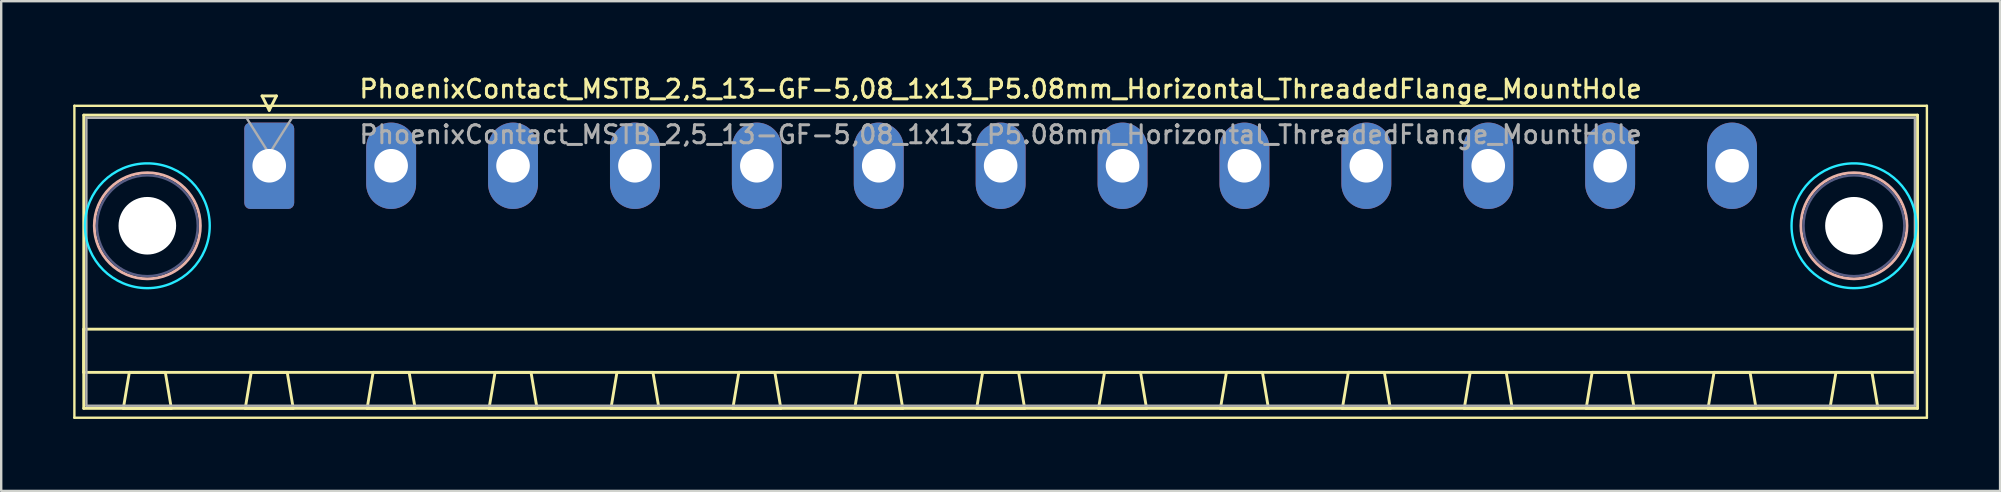
<source format=kicad_pcb>
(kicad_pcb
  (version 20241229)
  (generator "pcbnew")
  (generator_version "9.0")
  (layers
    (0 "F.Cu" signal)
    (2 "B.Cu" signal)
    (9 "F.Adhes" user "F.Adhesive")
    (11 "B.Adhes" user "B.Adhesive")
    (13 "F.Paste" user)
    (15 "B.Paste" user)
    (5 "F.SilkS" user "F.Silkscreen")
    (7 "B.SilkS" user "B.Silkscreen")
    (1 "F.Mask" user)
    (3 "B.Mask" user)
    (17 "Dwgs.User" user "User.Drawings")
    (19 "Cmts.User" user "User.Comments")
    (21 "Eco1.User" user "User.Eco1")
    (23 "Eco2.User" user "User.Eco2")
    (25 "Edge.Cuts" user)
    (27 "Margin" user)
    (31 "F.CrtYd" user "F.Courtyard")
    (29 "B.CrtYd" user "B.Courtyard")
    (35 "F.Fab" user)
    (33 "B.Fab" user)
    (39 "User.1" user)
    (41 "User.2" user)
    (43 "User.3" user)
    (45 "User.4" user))
  (footprint "PhoenixContact_MSTB_2,5_13-GF-5,08_1x13_P5.08mm_Horizontal_ThreadedFlange_MountHole"
    (layer "F.Cu")
    (at 8.17 3.858)
    (property "Reference" "PhoenixContact_MSTB_2,5_13-GF-5,08_1x13_P5.08mm_Horizontal_ThreadedFlange_MountHole" (at 30.48 -3.2 0) (layer "F.SilkS") (effects (font (size 0.75 0.75) (thickness 0.125))))
    (attr through_hole)
    (fp_line (start -8.12 -2.5) (end -8.12 10.5) (stroke (width 0.1) (type solid)) (layer "F.SilkS"))
    (fp_line (start -8.12 10.5) (end 69.08 10.5) (stroke (width 0.1) (type solid)) (layer "F.SilkS"))
    (fp_line (start -7.73 -2.11) (end -7.73 10.11) (stroke (width 0.12) (type solid)) (layer "F.SilkS"))
    (fp_line (start -7.73 6.81) (end 68.69 6.81) (stroke (width 0.12) (type solid)) (layer "F.SilkS"))
    (fp_line (start -7.73 8.61) (end -7.73 6.81) (stroke (width 0.12) (type solid)) (layer "F.SilkS"))
    (fp_line (start -7.73 10.11) (end 68.69 10.11) (stroke (width 0.12) (type solid)) (layer "F.SilkS"))
    (fp_line (start -6.08 10.11) (end -4.08 10.11) (stroke (width 0.12) (type solid)) (layer "F.SilkS"))
    (fp_line (start -5.83 8.61) (end -6.08 10.11) (stroke (width 0.12) (type solid)) (layer "F.SilkS"))
    (fp_line (start -4.33 8.61) (end -5.83 8.61) (stroke (width 0.12) (type solid)) (layer "F.SilkS"))
    (fp_line (start -4.08 10.11) (end -4.33 8.61) (stroke (width 0.12) (type solid)) (layer "F.SilkS"))
    (fp_line (start -1 10.11) (end 1 10.11) (stroke (width 0.12) (type solid)) (layer "F.SilkS"))
    (fp_line (start -0.75 8.61) (end -1 10.11) (stroke (width 0.12) (type solid)) (layer "F.SilkS"))
    (fp_line (start -0.3 -2.91) (end 0.3 -2.91) (stroke (width 0.12) (type solid)) (layer "F.SilkS"))
    (fp_line (start 0 -2.31) (end -0.3 -2.91) (stroke (width 0.12) (type solid)) (layer "F.SilkS"))
    (fp_line (start 0.3 -2.91) (end 0 -2.31) (stroke (width 0.12) (type solid)) (layer "F.SilkS"))
    (fp_line (start 0.75 8.61) (end -0.75 8.61) (stroke (width 0.12) (type solid)) (layer "F.SilkS"))
    (fp_line (start 1 10.11) (end 0.75 8.61) (stroke (width 0.12) (type solid)) (layer "F.SilkS"))
    (fp_line (start 4.08 10.11) (end 6.08 10.11) (stroke (width 0.12) (type solid)) (layer "F.SilkS"))
    (fp_line (start 4.33 8.61) (end 4.08 10.11) (stroke (width 0.12) (type solid)) (layer "F.SilkS"))
    (fp_line (start 5.83 8.61) (end 4.33 8.61) (stroke (width 0.12) (type solid)) (layer "F.SilkS"))
    (fp_line (start 6.08 10.11) (end 5.83 8.61) (stroke (width 0.12) (type solid)) (layer "F.SilkS"))
    (fp_line (start 9.16 10.11) (end 11.16 10.11) (stroke (width 0.12) (type solid)) (layer "F.SilkS"))
    (fp_line (start 9.41 8.61) (end 9.16 10.11) (stroke (width 0.12) (type solid)) (layer "F.SilkS"))
    (fp_line (start 10.91 8.61) (end 9.41 8.61) (stroke (width 0.12) (type solid)) (layer "F.SilkS"))
    (fp_line (start 11.16 10.11) (end 10.91 8.61) (stroke (width 0.12) (type solid)) (layer "F.SilkS"))
    (fp_line (start 14.24 10.11) (end 16.24 10.11) (stroke (width 0.12) (type solid)) (layer "F.SilkS"))
    (fp_line (start 14.49 8.61) (end 14.24 10.11) (stroke (width 0.12) (type solid)) (layer "F.SilkS"))
    (fp_line (start 15.99 8.61) (end 14.49 8.61) (stroke (width 0.12) (type solid)) (layer "F.SilkS"))
    (fp_line (start 16.24 10.11) (end 15.99 8.61) (stroke (width 0.12) (type solid)) (layer "F.SilkS"))
    (fp_line (start 19.32 10.11) (end 21.32 10.11) (stroke (width 0.12) (type solid)) (layer "F.SilkS"))
    (fp_line (start 19.57 8.61) (end 19.32 10.11) (stroke (width 0.12) (type solid)) (layer "F.SilkS"))
    (fp_line (start 21.07 8.61) (end 19.57 8.61) (stroke (width 0.12) (type solid)) (layer "F.SilkS"))
    (fp_line (start 21.32 10.11) (end 21.07 8.61) (stroke (width 0.12) (type solid)) (layer "F.SilkS"))
    (fp_line (start 24.4 10.11) (end 26.4 10.11) (stroke (width 0.12) (type solid)) (layer "F.SilkS"))
    (fp_line (start 24.65 8.61) (end 24.4 10.11) (stroke (width 0.12) (type solid)) (layer "F.SilkS"))
    (fp_line (start 26.15 8.61) (end 24.65 8.61) (stroke (width 0.12) (type solid)) (layer "F.SilkS"))
    (fp_line (start 26.4 10.11) (end 26.15 8.61) (stroke (width 0.12) (type solid)) (layer "F.SilkS"))
    (fp_line (start 29.48 10.11) (end 31.48 10.11) (stroke (width 0.12) (type solid)) (layer "F.SilkS"))
    (fp_line (start 29.73 8.61) (end 29.48 10.11) (stroke (width 0.12) (type solid)) (layer "F.SilkS"))
    (fp_line (start 31.23 8.61) (end 29.73 8.61) (stroke (width 0.12) (type solid)) (layer "F.SilkS"))
    (fp_line (start 31.48 10.11) (end 31.23 8.61) (stroke (width 0.12) (type solid)) (layer "F.SilkS"))
    (fp_line (start 34.56 10.11) (end 36.56 10.11) (stroke (width 0.12) (type solid)) (layer "F.SilkS"))
    (fp_line (start 34.81 8.61) (end 34.56 10.11) (stroke (width 0.12) (type solid)) (layer "F.SilkS"))
    (fp_line (start 36.31 8.61) (end 34.81 8.61) (stroke (width 0.12) (type solid)) (layer "F.SilkS"))
    (fp_line (start 36.56 10.11) (end 36.31 8.61) (stroke (width 0.12) (type solid)) (layer "F.SilkS"))
    (fp_line (start 39.64 10.11) (end 41.64 10.11) (stroke (width 0.12) (type solid)) (layer "F.SilkS"))
    (fp_line (start 39.89 8.61) (end 39.64 10.11) (stroke (width 0.12) (type solid)) (layer "F.SilkS"))
    (fp_line (start 41.39 8.61) (end 39.89 8.61) (stroke (width 0.12) (type solid)) (layer "F.SilkS"))
    (fp_line (start 41.64 10.11) (end 41.39 8.61) (stroke (width 0.12) (type solid)) (layer "F.SilkS"))
    (fp_line (start 44.72 10.11) (end 46.72 10.11) (stroke (width 0.12) (type solid)) (layer "F.SilkS"))
    (fp_line (start 44.97 8.61) (end 44.72 10.11) (stroke (width 0.12) (type solid)) (layer "F.SilkS"))
    (fp_line (start 46.47 8.61) (end 44.97 8.61) (stroke (width 0.12) (type solid)) (layer "F.SilkS"))
    (fp_line (start 46.72 10.11) (end 46.47 8.61) (stroke (width 0.12) (type solid)) (layer "F.SilkS"))
    (fp_line (start 49.8 10.11) (end 51.8 10.11) (stroke (width 0.12) (type solid)) (layer "F.SilkS"))
    (fp_line (start 50.05 8.61) (end 49.8 10.11) (stroke (width 0.12) (type solid)) (layer "F.SilkS"))
    (fp_line (start 51.55 8.61) (end 50.05 8.61) (stroke (width 0.12) (type solid)) (layer "F.SilkS"))
    (fp_line (start 51.8 10.11) (end 51.55 8.61) (stroke (width 0.12) (type solid)) (layer "F.SilkS"))
    (fp_line (start 54.88 10.11) (end 56.88 10.11) (stroke (width 0.12) (type solid)) (layer "F.SilkS"))
    (fp_line (start 55.13 8.61) (end 54.88 10.11) (stroke (width 0.12) (type solid)) (layer "F.SilkS"))
    (fp_line (start 56.63 8.61) (end 55.13 8.61) (stroke (width 0.12) (type solid)) (layer "F.SilkS"))
    (fp_line (start 56.88 10.11) (end 56.63 8.61) (stroke (width 0.12) (type solid)) (layer "F.SilkS"))
    (fp_line (start 59.96 10.11) (end 61.96 10.11) (stroke (width 0.12) (type solid)) (layer "F.SilkS"))
    (fp_line (start 60.21 8.61) (end 59.96 10.11) (stroke (width 0.12) (type solid)) (layer "F.SilkS"))
    (fp_line (start 61.71 8.61) (end 60.21 8.61) (stroke (width 0.12) (type solid)) (layer "F.SilkS"))
    (fp_line (start 61.96 10.11) (end 61.71 8.61) (stroke (width 0.12) (type solid)) (layer "F.SilkS"))
    (fp_line (start 65.04 10.11) (end 67.04 10.11) (stroke (width 0.12) (type solid)) (layer "F.SilkS"))
    (fp_line (start 65.29 8.61) (end 65.04 10.11) (stroke (width 0.12) (type solid)) (layer "F.SilkS"))
    (fp_line (start 66.79 8.61) (end 65.29 8.61) (stroke (width 0.12) (type solid)) (layer "F.SilkS"))
    (fp_line (start 67.04 10.11) (end 66.79 8.61) (stroke (width 0.12) (type solid)) (layer "F.SilkS"))
    (fp_line (start 68.69 -2.11) (end -7.73 -2.11) (stroke (width 0.12) (type solid)) (layer "F.SilkS"))
    (fp_line (start 68.69 6.81) (end 68.69 8.61) (stroke (width 0.12) (type solid)) (layer "F.SilkS"))
    (fp_line (start 68.69 8.61) (end -7.73 8.61) (stroke (width 0.12) (type solid)) (layer "F.SilkS"))
    (fp_line (start 68.69 10.11) (end 68.69 -2.11) (stroke (width 0.12) (type solid)) (layer "F.SilkS"))
    (fp_line (start 69.08 -2.5) (end -8.12 -2.5) (stroke (width 0.1) (type solid)) (layer "F.SilkS"))
    (fp_line (start 69.08 10.5) (end 69.08 -2.5) (stroke (width 0.1) (type solid)) (layer "F.SilkS"))
    (fp_circle (center -5.08 2.5) (end -2.87 2.5) (stroke (width 0.12) (type solid)) (fill no) (layer "B.SilkS"))
    (fp_circle (center 66.04 2.5) (end 68.25 2.5) (stroke (width 0.12) (type solid)) (fill no) (layer "B.SilkS"))
    (fp_circle (center -5.08 2.5) (end -2.48 2.5) (stroke (width 0.1) (type solid)) (fill no) (layer "B.CrtYd"))
    (fp_circle (center 66.04 2.5) (end 68.64 2.5) (stroke (width 0.1) (type solid)) (fill no) (layer "B.CrtYd"))
    (fp_circle (center -5.08 2.5) (end -2.98 2.5) (stroke (width 0.1) (type solid)) (fill no) (layer "B.Fab"))
    (fp_circle (center 66.04 2.5) (end 68.14 2.5) (stroke (width 0.1) (type solid)) (fill no) (layer "B.Fab"))
    (fp_line (start -7.62 -2) (end -7.62 10) (stroke (width 0.1) (type solid)) (layer "F.Fab"))
    (fp_line (start -7.62 10) (end 68.58 10) (stroke (width 0.1) (type solid)) (layer "F.Fab"))
    (fp_line (start 0 -0.5) (end -0.95 -2) (stroke (width 0.1) (type solid)) (layer "F.Fab"))
    (fp_line (start 0.95 -2) (end 0 -0.5) (stroke (width 0.1) (type solid)) (layer "F.Fab"))
    (fp_line (start 68.58 -2) (end -7.62 -2) (stroke (width 0.1) (type solid)) (layer "F.Fab"))
    (fp_line (start 68.58 10) (end 68.58 -2) (stroke (width 0.1) (type solid)) (layer "F.Fab"))
    (fp_text user "${REFERENCE}" (at 30.48 -1.3 0) (layer "F.Fab") (effects (font (size 0.75 0.75) (thickness 0.125))))
    (pad "" np_thru_hole circle (at -5.08 2.5) (size 2.4 2.4) (drill 2.4) (layers "*.Cu" "*.Mask"))
    (pad "" np_thru_hole circle (at 66.04 2.5) (size 2.4 2.4) (drill 2.4) (layers "*.Cu" "*.Mask"))
    (pad "1" thru_hole roundrect (at 0 0) (size 2.08 3.6) (drill 1.4) (layers "*.Cu" "*.Mask") (roundrect_rratio 0.12))
    (pad "2" thru_hole oval (at 5.08 0) (size 2.08 3.6) (drill 1.4) (layers "*.Cu" "*.Mask"))
    (pad "3" thru_hole oval (at 10.16 0) (size 2.08 3.6) (drill 1.4) (layers "*.Cu" "*.Mask"))
    (pad "4" thru_hole oval (at 15.24 0) (size 2.08 3.6) (drill 1.4) (layers "*.Cu" "*.Mask"))
    (pad "5" thru_hole oval (at 20.32 0) (size 2.08 3.6) (drill 1.4) (layers "*.Cu" "*.Mask"))
    (pad "6" thru_hole oval (at 25.4 0) (size 2.08 3.6) (drill 1.4) (layers "*.Cu" "*.Mask"))
    (pad "7" thru_hole oval (at 30.48 0) (size 2.08 3.6) (drill 1.4) (layers "*.Cu" "*.Mask"))
    (pad "8" thru_hole oval (at 35.56 0) (size 2.08 3.6) (drill 1.4) (layers "*.Cu" "*.Mask"))
    (pad "9" thru_hole oval (at 40.64 0) (size 2.08 3.6) (drill 1.4) (layers "*.Cu" "*.Mask"))
    (pad "10" thru_hole oval (at 45.72 0) (size 2.08 3.6) (drill 1.4) (layers "*.Cu" "*.Mask"))
    (pad "11" thru_hole oval (at 50.8 0) (size 2.08 3.6) (drill 1.4) (layers "*.Cu" "*.Mask"))
    (pad "12" thru_hole oval (at 55.88 0) (size 2.08 3.6) (drill 1.4) (layers "*.Cu" "*.Mask"))
    (pad "13" thru_hole oval (at 60.96 0) (size 2.08 3.6) (drill 1.4) (layers "*.Cu" "*.Mask")))
  (gr_rect
    (start -3 -3)
    (end 80.3 17.408)
    (stroke (width 0.1) (type default))
    (fill no)
    (layer "Edge.Cuts")))
</source>
